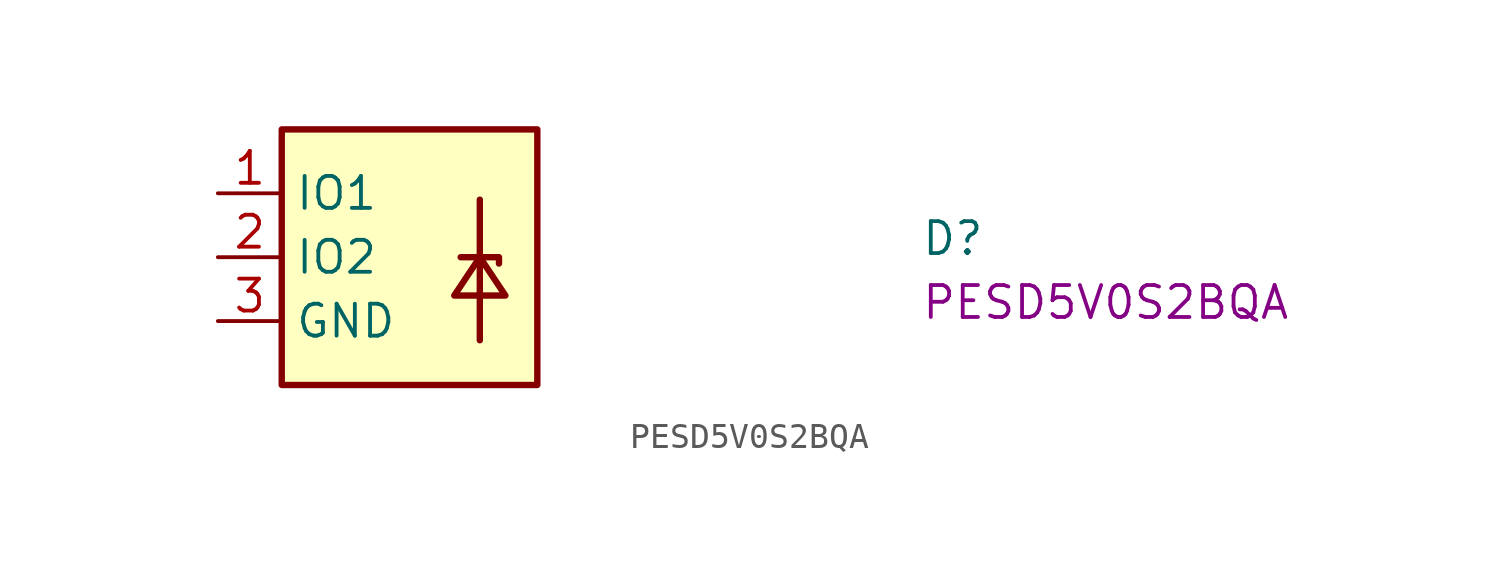
<source format=kicad_sym>
(kicad_symbol_lib
  (version 20220914)
  (generator kicad_symbol_editor)
  (symbol "PESD5V0S2BQA"
    (property "Reference" "D"
      (at 27.94 -2.54 0)
      (effects (font (size 1.27 1.27) (thickness 0.15)) (justify left bottom)))
    (property "MPN" "PESD5V0S2BQA"
      (at 27.94 -5.08 0)
      (effects (font (size 1.27 1.27) (thickness 0.15)) (justify left bottom)))
    (symbol "PESD5V0S2BQA_1_1"
      (polyline (pts (xy 10.414 -0.254) (xy 10.414 -5.842)) (stroke (width 0.254) (type default)) (fill (type none)))
      (polyline (pts (xy 9.652 -2.54) (xy 11.176 -2.54) (xy 11.176 -2.794)) (stroke (width 0.254) (type default)) (fill (type none)))
      (polyline (pts (xy 11.43 -4.064) (xy 10.414 -2.54) (xy 9.398 -4.064) (xy 11.43 -4.064)) (stroke (width 0.254) (type default)) (fill (type none)))
      (rectangle (start 12.7 -7.62) (end 2.54 2.54) (stroke (width 0.254) (type default)) (fill (type background)))
      (pin passive line (at 0 0 0) (length 2.54) (name "IO1" (effects (font (size 1.27 1.27)))) (number "1" (effects (font (size 1.27 1.27)))))
      (pin passive line (at 0 -2.54 0) (length 2.54) (name "IO2" (effects (font (size 1.27 1.27)))) (number "2" (effects (font (size 1.27 1.27)))))
      (pin passive line (at 0 -5.08 0) (length 2.54) (name "GND" (effects (font (size 1.27 1.27)))) (number "3" (effects (font (size 1.27 1.27))))))))
</source>
